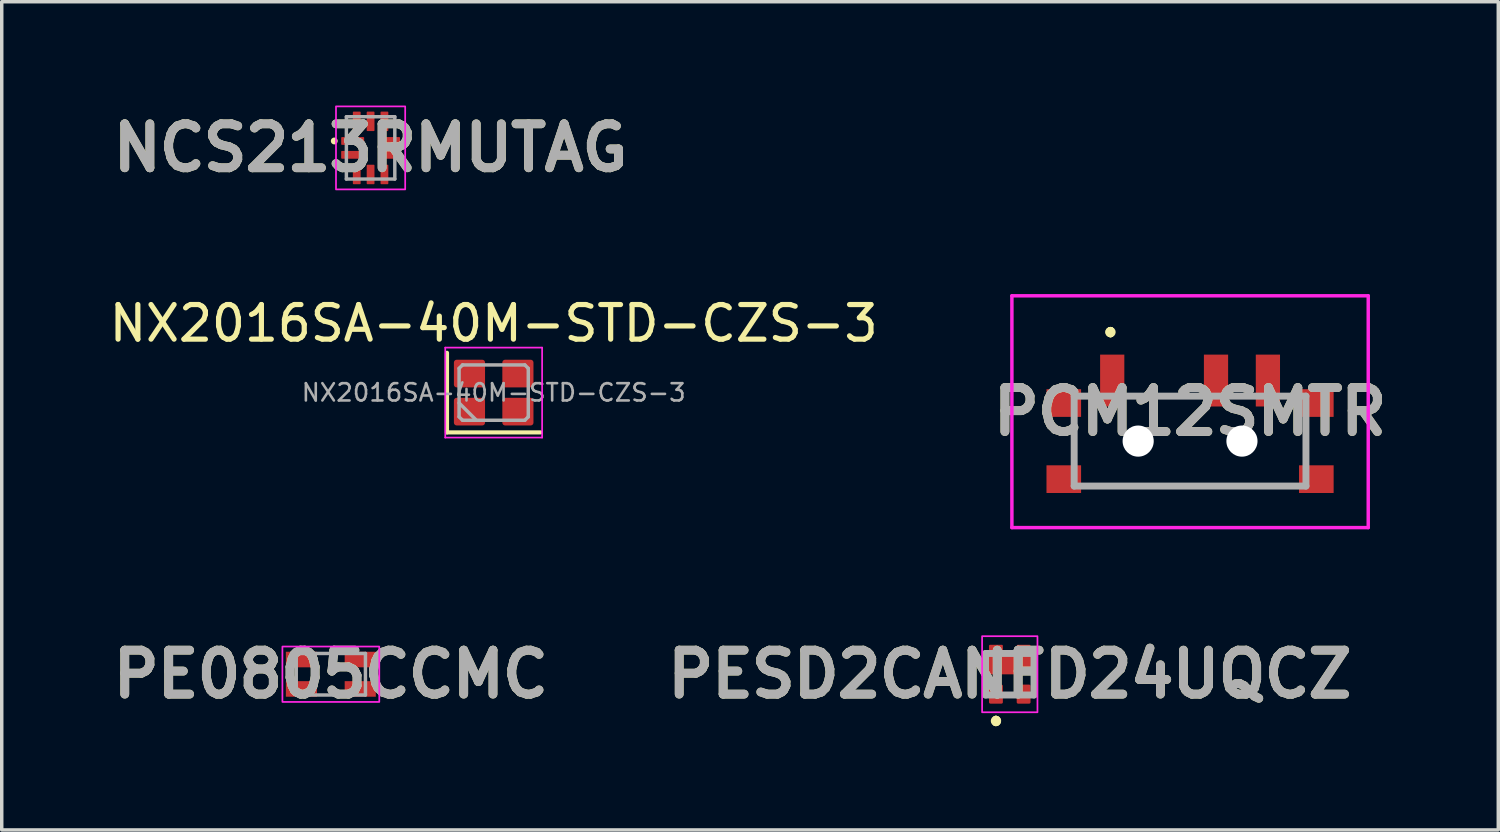
<source format=kicad_pcb>
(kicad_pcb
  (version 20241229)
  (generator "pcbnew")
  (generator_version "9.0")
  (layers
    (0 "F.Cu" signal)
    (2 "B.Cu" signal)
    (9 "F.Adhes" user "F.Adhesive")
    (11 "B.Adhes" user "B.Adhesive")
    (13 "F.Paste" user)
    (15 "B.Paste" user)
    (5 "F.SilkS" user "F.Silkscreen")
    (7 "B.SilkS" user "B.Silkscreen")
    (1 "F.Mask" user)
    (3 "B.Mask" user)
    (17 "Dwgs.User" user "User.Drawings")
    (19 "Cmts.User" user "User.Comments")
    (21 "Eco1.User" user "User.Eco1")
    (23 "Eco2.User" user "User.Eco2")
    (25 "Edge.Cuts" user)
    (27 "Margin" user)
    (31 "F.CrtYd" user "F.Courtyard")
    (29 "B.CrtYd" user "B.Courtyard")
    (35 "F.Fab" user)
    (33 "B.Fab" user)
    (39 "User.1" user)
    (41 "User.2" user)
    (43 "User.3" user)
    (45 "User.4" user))
  (footprint "PCM12SMTR"
    (layer "F.Cu")
    (at 31.349 9.7)
    (property "Reference" "PCM12SMTR" (at 0 -0.85 0) (layer "F.SilkS") (effects (font (size 1.27 1.27) (thickness 0.254))))
    (attr through_hole)
    (fp_line (start -2.9 1.3) (end 2.9 1.3) (stroke (width 0.1) (type solid)) (layer "F.SilkS"))
    (fp_line (start -2.3 -3.2) (end -2.3 -3.2) (stroke (width 0.2) (type solid)) (layer "F.SilkS"))
    (fp_line (start -2.3 -3.2) (end -2.3 -3.2) (stroke (width 0.2) (type solid)) (layer "F.SilkS"))
    (fp_line (start -2.3 -3.1) (end -2.3 -3.1) (stroke (width 0.2) (type solid)) (layer "F.SilkS"))
    (fp_arc (start -2.3 -3.2) (mid -2.25 -3.15) (end -2.3 -3.1) (stroke (width 0.2) (type solid)) (layer "F.SilkS"))
    (fp_arc (start -2.3 -3.1) (mid -2.35 -3.15) (end -2.3 -3.2) (stroke (width 0.2) (type solid)) (layer "F.SilkS"))
    (fp_arc (start -2.3 -3.1) (mid -2.35 -3.15) (end -2.3 -3.2) (stroke (width 0.2) (type solid)) (layer "F.SilkS"))
    (fp_line (start -5.15 -4.2) (end 5.15 -4.2) (stroke (width 0.1) (type solid)) (layer "F.CrtYd"))
    (fp_line (start -5.15 2.5) (end -5.15 -4.2) (stroke (width 0.1) (type solid)) (layer "F.CrtYd"))
    (fp_line (start 5.15 -4.2) (end 5.15 2.5) (stroke (width 0.1) (type solid)) (layer "F.CrtYd"))
    (fp_line (start 5.15 2.5) (end -5.15 2.5) (stroke (width 0.1) (type solid)) (layer "F.CrtYd"))
    (fp_line (start -3.35 -1.3) (end -3.35 1.3) (stroke (width 0.2) (type solid)) (layer "F.Fab"))
    (fp_line (start -3.35 1.3) (end 3.35 1.3) (stroke (width 0.2) (type solid)) (layer "F.Fab"))
    (fp_line (start 3.35 -1.3) (end -3.35 -1.3) (stroke (width 0.2) (type solid)) (layer "F.Fab"))
    (fp_line (start 3.35 1.3) (end 3.35 -1.3) (stroke (width 0.2) (type solid)) (layer "F.Fab"))
    (fp_text user "${REFERENCE}" (at 0 -0.85 0) (layer "F.Fab") (effects (font (size 1.27 1.27) (thickness 0.254))))
    (pad "" np_thru_hole circle (at -1.5 0) (size 0.9 0.9) (drill 0.9) (layers "*.Cu" "*.Mask"))
    (pad "" np_thru_hole circle (at 1.5 0) (size 0.9 0.9) (drill 0.9) (layers "*.Cu" "*.Mask"))
    (pad "1" smd rect (at -2.25 -1.75) (size 0.7 1.5) (layers "F.Cu" "F.Mask" "F.Paste"))
    (pad "2" smd rect (at 0.75 -1.75) (size 0.7 1.5) (layers "F.Cu" "F.Mask" "F.Paste"))
    (pad "3" smd rect (at 2.25 -1.75) (size 0.7 1.5) (layers "F.Cu" "F.Mask" "F.Paste"))
    (pad "MP1" smd rect (at -3.65 -1.1 90) (size 0.8 1) (layers "F.Cu" "F.Mask" "F.Paste"))
    (pad "MP2" smd rect (at -3.65 1.1 90) (size 0.8 1) (layers "F.Cu" "F.Mask" "F.Paste"))
    (pad "MP3" smd rect (at 3.65 1.1 90) (size 0.8 1) (layers "F.Cu" "F.Mask" "F.Paste"))
    (pad "MP4" smd rect (at 3.65 -1.1 90) (size 0.8 1) (layers "F.Cu" "F.Mask" "F.Paste")))
  (footprint "PE0805CCMC"
    (layer "F.Cu")
    (at 6.513 16.439)
    (property "Reference" "PE0805CCMC" (at 0 0 0) (layer "F.SilkS") (effects (font (size 1.27 1.27) (thickness 0.254))))
    (attr smd)
    (fp_line (start -1.8 0.425) (end -1.8 0.425) (stroke (width 0.1) (type solid)) (layer "F.SilkS"))
    (fp_line (start -1.7 0.425) (end -1.7 0.425) (stroke (width 0.1) (type solid)) (layer "F.SilkS"))
    (fp_arc (start -1.8 0.425) (mid -1.75 0.375) (end -1.7 0.425) (stroke (width 0.1) (type solid)) (layer "F.SilkS"))
    (fp_arc (start -1.7 0.425) (mid -1.75 0.475) (end -1.8 0.425) (stroke (width 0.1) (type solid)) (layer "F.SilkS"))
    (fp_rect (start -1.4 -0.8) (end 1.4 0.8) (stroke (width 0.05) (type default)) (fill no) (layer "F.CrtYd"))
    (fp_line (start -1 -0.6) (end -1 0.6) (stroke (width 0.1) (type solid)) (layer "F.Fab"))
    (fp_line (start -1 0.6) (end 1 0.6) (stroke (width 0.1) (type solid)) (layer "F.Fab"))
    (fp_line (start 1 -0.6) (end -1 -0.6) (stroke (width 0.1) (type solid)) (layer "F.Fab"))
    (fp_line (start 1 0.6) (end 1 -0.6) (stroke (width 0.1) (type solid)) (layer "F.Fab"))
    (fp_text user "${REFERENCE}" (at 0 0 0) (layer "F.Fab") (effects (font (size 1.27 1.27) (thickness 0.254))))
    (pad "1" smd rect (at -0.85 0.425 90) (size 0.45 0.9) (layers "F.Cu" "F.Mask" "F.Paste"))
    (pad "2" smd rect (at 0.85 0.425 90) (size 0.45 0.9) (layers "F.Cu" "F.Mask" "F.Paste"))
    (pad "3" smd rect (at 0.85 -0.425 90) (size 0.45 0.9) (layers "F.Cu" "F.Mask" "F.Paste"))
    (pad "4" smd rect (at -0.85 -0.425 90) (size 0.45 0.9) (layers "F.Cu" "F.Mask" "F.Paste")))
  (footprint "NCS213RMUTAG"
    (layer "F.Cu")
    (at 7.662 1.225)
    (property "Reference" "NCS213RMUTAG" (at 0 0 0) (layer "F.SilkS") (effects (font (size 1.27 1.27) (thickness 0.254))))
    (attr smd)
    (fp_circle (center -1.05 -0.2) (end -1.15 -0.2) (stroke (width 0) (type solid)) (fill yes) (layer "F.SilkS"))
    (fp_rect (start -1 -1.2) (end 1 1.2) (stroke (width 0.05) (type default)) (fill no) (layer "F.CrtYd"))
    (fp_line (start -0.7 -0.9) (end -0.7 0.9) (stroke (width 0.1) (type solid)) (layer "F.Fab"))
    (fp_line (start -0.7 0.9) (end 0.7 0.9) (stroke (width 0.1) (type solid)) (layer "F.Fab"))
    (fp_line (start 0.7 -0.9) (end -0.7 -0.9) (stroke (width 0.1) (type solid)) (layer "F.Fab"))
    (fp_line (start 0.7 0.9) (end 0.7 -0.9) (stroke (width 0.1) (type solid)) (layer "F.Fab"))
    (fp_text user "${REFERENCE}" (at 0 0 0) (layer "F.Fab") (effects (font (size 1.27 1.27) (thickness 0.254))))
    (pad "1" smd roundrect (at -0.518 -0.2 90) (size 0.225 0.663) (layers "F.Cu" "F.Mask" "F.Paste") (roundrect_rratio 0.1))
    (pad "2" smd roundrect (at -0.569 0.2 90) (size 0.225 0.563) (layers "F.Cu" "F.Mask" "F.Paste") (roundrect_rratio 0.1))
    (pad "3" smd roundrect (at -0.4 0.768) (size 0.225 0.563) (layers "F.Cu" "F.Mask" "F.Paste") (roundrect_rratio 0.1))
    (pad "4" smd roundrect (at 0 0.768) (size 0.225 0.563) (layers "F.Cu" "F.Mask" "F.Paste") (roundrect_rratio 0.1))
    (pad "5" smd roundrect (at 0.4 0.768) (size 0.225 0.563) (layers "F.Cu" "F.Mask" "F.Paste") (roundrect_rratio 0.1))
    (pad "6" smd roundrect (at 0.569 0.2 90) (size 0.225 0.563) (layers "F.Cu" "F.Mask" "F.Paste") (roundrect_rratio 0.1))
    (pad "7" smd roundrect (at 0.569 -0.2 90) (size 0.225 0.563) (layers "F.Cu" "F.Mask" "F.Paste") (roundrect_rratio 0.1))
    (pad "8" smd roundrect (at 0.4 -0.768) (size 0.225 0.563) (layers "F.Cu" "F.Mask" "F.Paste") (roundrect_rratio 0.1))
    (pad "9" smd roundrect (at 0 -0.768) (size 0.225 0.563) (layers "F.Cu" "F.Mask" "F.Paste") (roundrect_rratio 0.1))
    (pad "10" smd roundrect (at -0.4 -0.768) (size 0.225 0.563) (layers "F.Cu" "F.Mask" "F.Paste") (roundrect_rratio 0.1)))
  (footprint "NX2016SA-40M-STD-CZS-3"
    (layer "F.Cu")
    (at 11.22 8.298)
    (property "Reference" "NX2016SA-40M-STD-CZS-3" (at 0 -2 0) (layer "F.SilkS") (effects (font (size 1 1) (thickness 0.15))))
    (attr smd)
    (fp_line (start -1.35 -1.15) (end -1.35 1.15) (stroke (width 0.12) (type solid)) (layer "F.SilkS"))
    (fp_line (start -1.35 1.15) (end 1.35 1.15) (stroke (width 0.12) (type solid)) (layer "F.SilkS"))
    (fp_line (start -1.4 -1.3) (end -1.4 1.3) (stroke (width 0.05) (type solid)) (layer "F.CrtYd"))
    (fp_line (start -1.4 1.3) (end 1.4 1.3) (stroke (width 0.05) (type solid)) (layer "F.CrtYd"))
    (fp_line (start 1.4 -1.3) (end -1.4 -1.3) (stroke (width 0.05) (type solid)) (layer "F.CrtYd"))
    (fp_line (start 1.4 1.3) (end 1.4 -1.3) (stroke (width 0.05) (type solid)) (layer "F.CrtYd"))
    (fp_line (start -1 -0.7) (end -0.9 -0.8) (stroke (width 0.1) (type solid)) (layer "F.Fab"))
    (fp_line (start -1 0.3) (end -0.5 0.8) (stroke (width 0.1) (type solid)) (layer "F.Fab"))
    (fp_line (start -1 0.7) (end -1 -0.7) (stroke (width 0.1) (type solid)) (layer "F.Fab"))
    (fp_line (start -0.9 -0.8) (end 0.9 -0.8) (stroke (width 0.1) (type solid)) (layer "F.Fab"))
    (fp_line (start -0.9 0.8) (end -1 0.7) (stroke (width 0.1) (type solid)) (layer "F.Fab"))
    (fp_line (start 0.9 -0.8) (end 1 -0.7) (stroke (width 0.1) (type solid)) (layer "F.Fab"))
    (fp_line (start 0.9 0.8) (end -0.9 0.8) (stroke (width 0.1) (type solid)) (layer "F.Fab"))
    (fp_line (start 1 -0.7) (end 1 0.7) (stroke (width 0.1) (type solid)) (layer "F.Fab"))
    (fp_line (start 1 0.7) (end 0.9 0.8) (stroke (width 0.1) (type solid)) (layer "F.Fab"))
    (fp_text user "${REFERENCE}" (at 0 0 0) (layer "F.Fab") (effects (font (size 0.5 0.5) (thickness 0.075))))
    (pad "1" smd roundrect (at -0.7 0.55) (size 0.9 0.8) (layers "F.Cu" "F.Mask" "F.Paste") (roundrect_rratio 0.1))
    (pad "2" smd roundrect (at 0.7 0.55) (size 0.9 0.8) (layers "F.Cu" "F.Mask" "F.Paste") (roundrect_rratio 0.1))
    (pad "3" smd roundrect (at 0.7 -0.55) (size 0.9 0.8) (layers "F.Cu" "F.Mask" "F.Paste") (roundrect_rratio 0.1))
    (pad "4" smd roundrect (at -0.7 -0.55) (size 0.9 0.8) (layers "F.Cu" "F.Mask" "F.Paste") (roundrect_rratio 0.1)))
  (footprint "PESD2CANFD24UQCZ"
    (layer "F.Cu")
    (at 26.138 16.439)
    (property "Reference" "PESD2CANFD24UQCZ" (at 0 0 0) (layer "F.SilkS") (effects (font (size 1.27 1.27) (thickness 0.254))))
    (attr smd)
    (fp_line (start -0.4 1.3) (end -0.4 1.3) (stroke (width 0.2) (type solid)) (layer "F.SilkS"))
    (fp_line (start -0.4 1.4) (end -0.4 1.4) (stroke (width 0.2) (type solid)) (layer "F.SilkS"))
    (fp_line (start -0.4 1.4) (end -0.4 1.4) (stroke (width 0.2) (type solid)) (layer "F.SilkS"))
    (fp_arc (start -0.4 1.3) (mid -0.35 1.35) (end -0.4 1.4) (stroke (width 0.2) (type solid)) (layer "F.SilkS"))
    (fp_arc (start -0.4 1.3) (mid -0.35 1.35) (end -0.4 1.4) (stroke (width 0.2) (type solid)) (layer "F.SilkS"))
    (fp_arc (start -0.4 1.4) (mid -0.45 1.35) (end -0.4 1.3) (stroke (width 0.2) (type solid)) (layer "F.SilkS"))
    (fp_rect (start -0.8 -1.1) (end 0.8 1.1) (stroke (width 0.05) (type default)) (fill no) (layer "F.CrtYd"))
    (fp_line (start -0.7 -0.6) (end 0.7 -0.6) (stroke (width 0.2) (type solid)) (layer "F.Fab"))
    (fp_line (start -0.7 0.6) (end -0.7 -0.6) (stroke (width 0.2) (type solid)) (layer "F.Fab"))
    (fp_line (start 0.7 -0.6) (end 0.7 0.6) (stroke (width 0.2) (type solid)) (layer "F.Fab"))
    (fp_line (start 0.7 0.6) (end -0.7 0.6) (stroke (width 0.2) (type solid)) (layer "F.Fab"))
    (fp_text user "${REFERENCE}" (at 0 0 0) (layer "F.Fab") (effects (font (size 1.27 1.27) (thickness 0.254))))
    (pad "1" smd roundrect (at -0.4 0.575) (size 0.4 0.55) (layers "F.Cu" "F.Mask" "F.Paste") (roundrect_rratio 0.1))
    (pad "2" smd roundrect (at 0.4 0.575) (size 0.4 0.55) (layers "F.Cu" "F.Mask" "F.Paste") (roundrect_rratio 0.1))
    (pad "3" smd roundrect (at 0 -0.298 90) (size 0.603 1.3) (layers "F.Cu" "F.Mask" "F.Paste") (roundrect_rratio 0.1))
    (pad "4" smd roundrect (at 0.4 -0.71 90) (size 0.28 0.4) (layers "F.Cu" "F.Mask" "F.Paste") (roundrect_rratio 0.1))
    (pad "5" smd roundrect (at -0.4 -0.71 90) (size 0.28 0.4) (layers "F.Cu" "F.Mask" "F.Paste") (roundrect_rratio 0.1)))
  (gr_rect
    (start -3 -3)
    (end 40.258 20.939)
    (stroke (width 0.1) (type default))
    (fill no)
    (layer "Edge.Cuts")))
</source>
